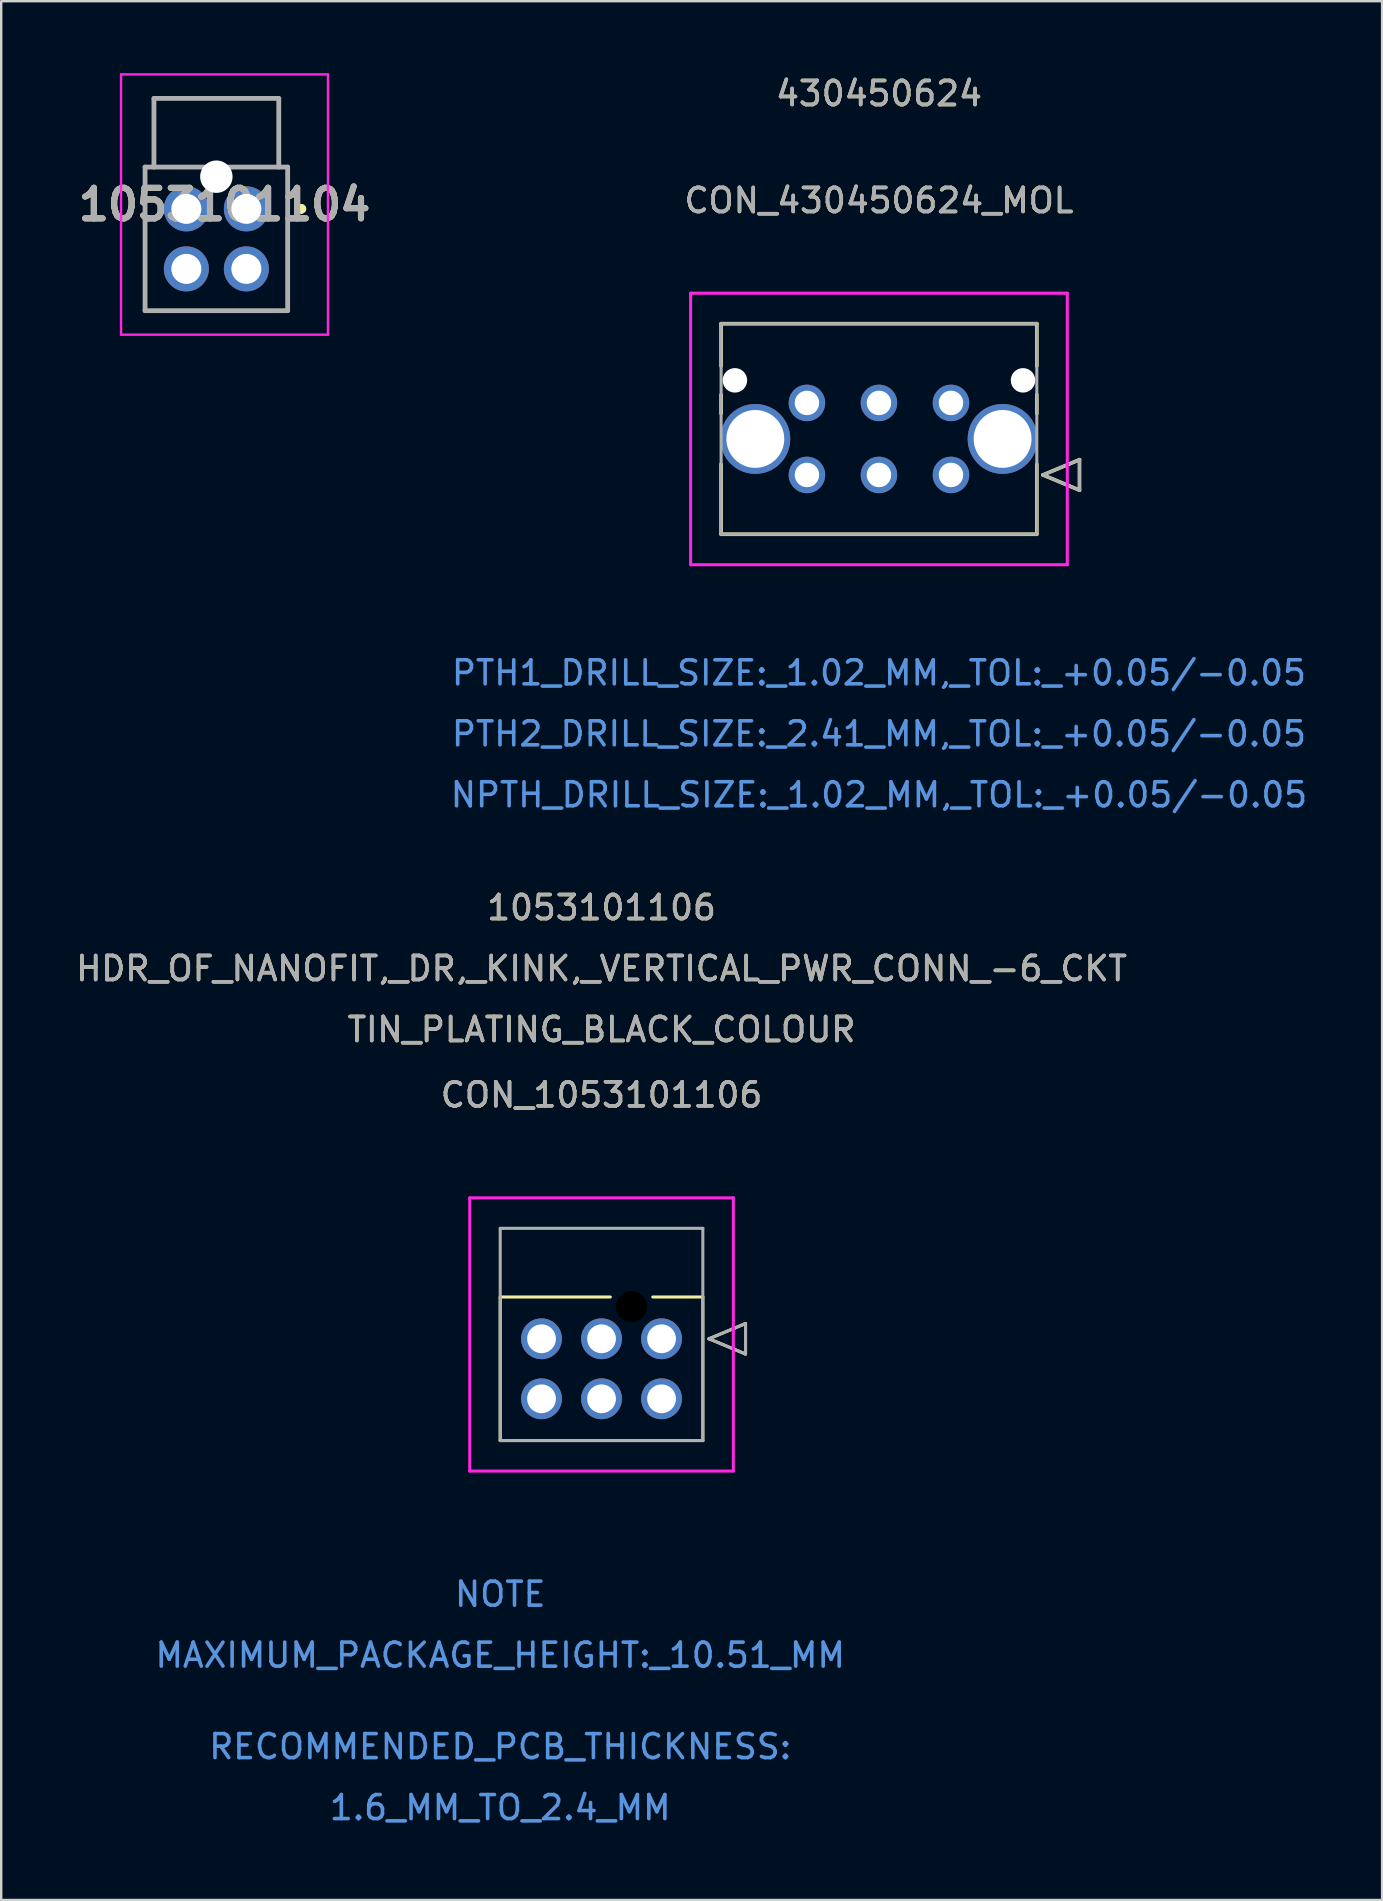
<source format=kicad_pcb>
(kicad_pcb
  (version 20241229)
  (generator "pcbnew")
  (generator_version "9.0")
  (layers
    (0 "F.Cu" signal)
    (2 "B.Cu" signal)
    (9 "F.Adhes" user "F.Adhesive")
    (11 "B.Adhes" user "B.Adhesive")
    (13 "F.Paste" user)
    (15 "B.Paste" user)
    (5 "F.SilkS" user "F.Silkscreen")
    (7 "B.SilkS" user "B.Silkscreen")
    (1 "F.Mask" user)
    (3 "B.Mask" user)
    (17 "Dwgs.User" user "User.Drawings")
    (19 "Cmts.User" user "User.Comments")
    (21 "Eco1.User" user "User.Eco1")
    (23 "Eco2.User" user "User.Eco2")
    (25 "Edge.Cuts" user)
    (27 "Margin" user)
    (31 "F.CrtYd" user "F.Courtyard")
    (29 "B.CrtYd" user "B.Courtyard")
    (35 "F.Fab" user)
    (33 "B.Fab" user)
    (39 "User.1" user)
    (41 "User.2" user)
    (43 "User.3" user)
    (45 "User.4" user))
  (footprint "CON_430450624_MOL"
    (layer "F.Cu")
    (at 36.562 16.733)
    (property "Reference" "CON_430450624_MOL" (at -3 -11.43 0) (unlocked yes) (layer "F.SilkS") (effects (font (size 1 1) (thickness 0.15))))
    (attr through_hole)
    (fp_line (start -9.575 -6.3) (end -9.575 -4.535) (stroke (width 0.152) (type solid)) (layer "F.SilkS"))
    (fp_line (start -9.575 -3.345) (end -9.575 -2.554) (stroke (width 0.152) (type solid)) (layer "F.SilkS"))
    (fp_line (start -9.575 -0.446) (end -9.575 2.47) (stroke (width 0.152) (type solid)) (layer "F.SilkS"))
    (fp_line (start -9.575 2.47) (end 3.575 2.47) (stroke (width 0.152) (type solid)) (layer "F.SilkS"))
    (fp_line (start 3.575 -6.3) (end -9.575 -6.3) (stroke (width 0.152) (type solid)) (layer "F.SilkS"))
    (fp_line (start 3.575 -4.535) (end 3.575 -6.3) (stroke (width 0.152) (type solid)) (layer "F.SilkS"))
    (fp_line (start 3.575 -2.554) (end 3.575 -3.345) (stroke (width 0.152) (type solid)) (layer "F.SilkS"))
    (fp_line (start 3.575 2.47) (end 3.575 -0.446) (stroke (width 0.152) (type solid)) (layer "F.SilkS"))
    (fp_line (start 3.829 0) (end 5.353 -0.635) (stroke (width 0.152) (type solid)) (layer "F.SilkS"))
    (fp_line (start 5.353 -0.635) (end 5.353 0.635) (stroke (width 0.152) (type solid)) (layer "F.SilkS"))
    (fp_line (start 5.353 0.635) (end 3.829 0) (stroke (width 0.152) (type solid)) (layer "F.SilkS"))
    (fp_line (start -10.845 -7.57) (end -10.845 3.74) (stroke (width 0.127) (type solid)) (layer "F.CrtYd"))
    (fp_line (start -10.845 3.74) (end 4.845 3.74) (stroke (width 0.127) (type solid)) (layer "F.CrtYd"))
    (fp_line (start 4.845 -7.57) (end -10.845 -7.57) (stroke (width 0.127) (type solid)) (layer "F.CrtYd"))
    (fp_line (start 4.845 3.74) (end 4.845 -7.57) (stroke (width 0.127) (type solid)) (layer "F.CrtYd"))
    (fp_line (start -9.575 -6.3) (end -9.575 2.47) (stroke (width 0.127) (type solid)) (layer "F.Fab"))
    (fp_line (start -9.575 2.47) (end 3.575 2.47) (stroke (width 0.127) (type solid)) (layer "F.Fab"))
    (fp_line (start 3.575 -6.3) (end -9.575 -6.3) (stroke (width 0.127) (type solid)) (layer "F.Fab"))
    (fp_line (start 3.575 2.47) (end 3.575 -6.3) (stroke (width 0.127) (type solid)) (layer "F.Fab"))
    (fp_line (start 3.829 0) (end 5.353 -0.635) (stroke (width 0.127) (type solid)) (layer "F.Fab"))
    (fp_line (start 5.353 -0.635) (end 5.353 0.635) (stroke (width 0.127) (type solid)) (layer "F.Fab"))
    (fp_line (start 5.353 0.635) (end 3.829 0) (stroke (width 0.127) (type solid)) (layer "F.Fab"))
    (fp_text user "430450624" (at -3 -15.885 0) (unlocked yes) (layer "F.SilkS") (effects (font (size 1 1) (thickness 0.15))))
    (fp_text user "PTH2_DRILL_SIZE:_2.41_MM,_TOL:_+0.05/-0.05" (at -3 10.785 0) (unlocked yes) (layer "Cmts.User") (effects (font (size 1 1) (thickness 0.15))))
    (fp_text user "NPTH_DRILL_SIZE:_1.02_MM,_TOL:_+0.05/-0.05" (at -3 13.325 0) (unlocked yes) (layer "Cmts.User") (effects (font (size 1 1) (thickness 0.15))))
    (fp_text user "PTH1_DRILL_SIZE:_1.02_MM,_TOL:_+0.05/-0.05" (at -3 8.245 0) (unlocked yes) (layer "Cmts.User") (effects (font (size 1 1) (thickness 0.15))))
    (fp_text user "430450624" (at -3 -15.885 0) (unlocked yes) (layer "F.Fab") (effects (font (size 1 1) (thickness 0.15))))
    (fp_text user "${REFERENCE}" (at -3 -11.43 0) (unlocked yes) (layer "F.Fab") (effects (font (size 1 1) (thickness 0.15))))
    (pad "" np_thru_hole circle (at -9 -3.94) (size 1.02 1.02) (drill 1.02) (layers "*.Cu" "*.Mask"))
    (pad "" np_thru_hole circle (at 3 -3.94) (size 1.02 1.02) (drill 1.02) (layers "*.Cu" "*.Mask"))
    (pad "1" thru_hole circle (at 0 0) (size 1.52 1.52) (drill 1.02) (layers "*.Cu" "*.Mask"))
    (pad "2" thru_hole circle (at -3 0) (size 1.52 1.52) (drill 1.02) (layers "*.Cu" "*.Mask"))
    (pad "3" thru_hole circle (at -6 0) (size 1.52 1.52) (drill 1.02) (layers "*.Cu" "*.Mask"))
    (pad "4" thru_hole circle (at 0 -3) (size 1.52 1.52) (drill 1.02) (layers "*.Cu" "*.Mask"))
    (pad "5" thru_hole circle (at -3 -3) (size 1.52 1.52) (drill 1.02) (layers "*.Cu" "*.Mask"))
    (pad "6" thru_hole circle (at -6 -3) (size 1.52 1.52) (drill 1.02) (layers "*.Cu" "*.Mask"))
    (pad "P1" thru_hole circle (at 2.15 -1.5) (size 2.91 2.91) (drill 2.41) (layers "*.Cu" "*.Mask"))
    (pad "P2" thru_hole circle (at -8.15 -1.5) (size 2.91 2.91) (drill 2.41) (layers "*.Cu" "*.Mask")))
  (footprint "1053101104"
    (layer "F.Cu")
    (at 7.212 5.65)
    (property "Reference" "1053101104" (at -0.91 -0.18 0) (layer "F.SilkS") (effects (font (size 1.27 1.27) (thickness 0.254))))
    (attr through_hole)
    (fp_line (start -4.22 -1.74) (end -4.22 4.24) (stroke (width 0.1) (type solid)) (layer "F.SilkS"))
    (fp_line (start -4.22 4.24) (end 1.72 4.24) (stroke (width 0.1) (type solid)) (layer "F.SilkS"))
    (fp_line (start -2.25 -1.74) (end -4.22 -1.74) (stroke (width 0.1) (type solid)) (layer "F.SilkS"))
    (fp_line (start 1.72 -1.74) (end -0.25 -1.74) (stroke (width 0.1) (type solid)) (layer "F.SilkS"))
    (fp_line (start 1.72 4.24) (end 1.72 -1.74) (stroke (width 0.1) (type solid)) (layer "F.SilkS"))
    (fp_line (start 2.3 -0.1) (end 2.3 -0.1) (stroke (width 0.2) (type solid)) (layer "F.SilkS"))
    (fp_line (start 2.3 0.1) (end 2.3 0.1) (stroke (width 0.2) (type solid)) (layer "F.SilkS"))
    (fp_arc (start 2.3 -0.1) (mid 2.4 0) (end 2.3 0.1) (stroke (width 0.2) (type solid)) (layer "F.SilkS"))
    (fp_arc (start 2.3 0.1) (mid 2.2 0) (end 2.3 -0.1) (stroke (width 0.2) (type solid)) (layer "F.SilkS"))
    (fp_line (start -5.22 -5.6) (end 3.4 -5.6) (stroke (width 0.1) (type solid)) (layer "F.CrtYd"))
    (fp_line (start -5.22 5.24) (end -5.22 -5.6) (stroke (width 0.1) (type solid)) (layer "F.CrtYd"))
    (fp_line (start 3.4 -5.6) (end 3.4 5.24) (stroke (width 0.1) (type solid)) (layer "F.CrtYd"))
    (fp_line (start 3.4 5.24) (end -5.22 5.24) (stroke (width 0.1) (type solid)) (layer "F.CrtYd"))
    (fp_line (start -4.22 -1.74) (end 1.72 -1.74) (stroke (width 0.2) (type solid)) (layer "F.Fab"))
    (fp_line (start -4.22 4.24) (end -4.22 -1.74) (stroke (width 0.2) (type solid)) (layer "F.Fab"))
    (fp_line (start -3.85 -4.6) (end 1.35 -4.6) (stroke (width 0.2) (type solid)) (layer "F.Fab"))
    (fp_line (start -3.85 -1.74) (end -3.85 -4.6) (stroke (width 0.2) (type solid)) (layer "F.Fab"))
    (fp_line (start 1.35 -4.6) (end 1.35 -1.74) (stroke (width 0.2) (type solid)) (layer "F.Fab"))
    (fp_line (start 1.72 -1.74) (end 1.72 4.24) (stroke (width 0.2) (type solid)) (layer "F.Fab"))
    (fp_line (start 1.72 4.24) (end -4.22 4.24) (stroke (width 0.2) (type solid)) (layer "F.Fab"))
    (fp_text user "${REFERENCE}" (at -0.91 -0.18 0) (layer "F.Fab") (effects (font (size 1.27 1.27) (thickness 0.254))))
    (pad "" np_thru_hole circle (at -1.25 -1.34) (size 1.35 1.35) (drill 1.35) (layers "*.Cu" "*.Mask"))
    (pad "1" thru_hole circle (at 0 0) (size 1.875 1.875) (drill 1.25) (layers "*.Cu" "*.Mask"))
    (pad "2" thru_hole circle (at 0 2.5) (size 1.875 1.875) (drill 1.25) (layers "*.Cu" "*.Mask"))
    (pad "3" thru_hole circle (at -2.5 0) (size 1.875 1.875) (drill 1.25) (layers "*.Cu" "*.Mask"))
    (pad "4" thru_hole circle (at -2.5 2.5) (size 1.875 1.875) (drill 1.25) (layers "*.Cu" "*.Mask")))
  (footprint "CON_1053101106"
    (layer "F.Cu")
    (at 24.506 52.715)
    (property "Reference" "CON_1053101106" (at -2.5 -10.16 0) (unlocked yes) (layer "F.SilkS") (effects (font (size 1 1) (thickness 0.15))))
    (attr through_hole)
    (fp_line (start -6.72 -1.74) (end -6.72 4.24) (stroke (width 0.127) (type solid)) (layer "F.SilkS"))
    (fp_line (start -6.72 4.24) (end 1.72 4.24) (stroke (width 0.127) (type solid)) (layer "F.SilkS"))
    (fp_line (start -2.134 -1.74) (end -6.72 -1.74) (stroke (width 0.127) (type solid)) (layer "F.SilkS"))
    (fp_line (start 1.72 -1.74) (end -0.366 -1.74) (stroke (width 0.127) (type solid)) (layer "F.SilkS"))
    (fp_line (start 1.72 4.24) (end 1.72 -1.74) (stroke (width 0.127) (type solid)) (layer "F.SilkS"))
    (fp_line (start 1.974 0) (end 3.498 -0.635) (stroke (width 0.127) (type solid)) (layer "F.SilkS"))
    (fp_line (start 3.498 -0.635) (end 3.498 0.635) (stroke (width 0.127) (type solid)) (layer "F.SilkS"))
    (fp_line (start 3.498 0.635) (end 1.974 0) (stroke (width 0.127) (type solid)) (layer "F.SilkS"))
    (fp_line (start -7.99 -5.87) (end -7.99 5.51) (stroke (width 0.127) (type solid)) (layer "F.CrtYd"))
    (fp_line (start -7.99 5.51) (end 2.99 5.51) (stroke (width 0.127) (type solid)) (layer "F.CrtYd"))
    (fp_line (start 2.99 -5.87) (end -7.99 -5.87) (stroke (width 0.127) (type solid)) (layer "F.CrtYd"))
    (fp_line (start 2.99 5.51) (end 2.99 -5.87) (stroke (width 0.127) (type solid)) (layer "F.CrtYd"))
    (fp_line (start -6.72 -4.6) (end -6.72 4.24) (stroke (width 0.127) (type solid)) (layer "F.Fab"))
    (fp_line (start -6.72 4.24) (end 1.72 4.24) (stroke (width 0.127) (type solid)) (layer "F.Fab"))
    (fp_line (start 1.72 -4.6) (end -6.72 -4.6) (stroke (width 0.127) (type solid)) (layer "F.Fab"))
    (fp_line (start 1.72 4.24) (end 1.72 -4.6) (stroke (width 0.127) (type solid)) (layer "F.Fab"))
    (fp_line (start 1.974 0) (end 3.498 -0.635) (stroke (width 0.127) (type solid)) (layer "F.Fab"))
    (fp_line (start 3.498 -0.635) (end 3.498 0.635) (stroke (width 0.127) (type solid)) (layer "F.Fab"))
    (fp_line (start 3.498 0.635) (end 1.974 0) (stroke (width 0.127) (type solid)) (layer "F.Fab"))
    (fp_text user "1053101106" (at -2.5 -17.96 0) (unlocked yes) (layer "F.SilkS") (effects (font (size 1 1) (thickness 0.15))))
    (fp_text user "TIN_PLATING_BLACK_COLOUR" (at -2.5 -12.88 0) (unlocked yes) (layer "F.SilkS") (effects (font (size 1 1) (thickness 0.15))))
    (fp_text user "HDR_OF_NANOFIT,_DR,_KINK,_VERTICAL_PWR_CONN_-6_CKT" (at -2.5 -15.42 0) (unlocked yes) (layer "F.SilkS") (effects (font (size 1 1) (thickness 0.15))))
    (fp_text user "RECOMMENDED_PCB_THICKNESS:" (at -6.72 16.99 0) (unlocked yes) (layer "Cmts.User") (effects (font (size 1 1) (thickness 0.15))))
    (fp_text user "1.6_MM_TO_2.4_MM" (at -6.72 19.53 0) (unlocked yes) (layer "Cmts.User") (effects (font (size 1 1) (thickness 0.15))))
    (fp_text user "NOTE" (at -6.72 10.64 0) (unlocked yes) (layer "Cmts.User") (effects (font (size 1 1) (thickness 0.15))))
    (fp_text user "MAXIMUM_PACKAGE_HEIGHT:_10.51_MM" (at -6.72 13.18 0) (unlocked yes) (layer "Cmts.User") (effects (font (size 1 1) (thickness 0.15))))
    (fp_text user "TIN_PLATING_BLACK_COLOUR" (at -2.5 -12.88 0) (unlocked yes) (layer "F.Fab") (effects (font (size 1 1) (thickness 0.15))))
    (fp_text user "HDR_OF_NANOFIT,_DR,_KINK,_VERTICAL_PWR_CONN_-6_CKT" (at -2.5 -15.42 0) (unlocked yes) (layer "F.Fab") (effects (font (size 1 1) (thickness 0.15))))
    (fp_text user "${REFERENCE}" (at -2.5 -10.16 0) (unlocked yes) (layer "F.Fab") (effects (font (size 1 1) (thickness 0.15))))
    (fp_text user "1053101106" (at -2.5 -17.96 0) (unlocked yes) (layer "F.Fab") (effects (font (size 1 1) (thickness 0.15))))
    (pad "" np_thru_hole circle (at -1.25 -1.34) (size 1.3 1.3) (drill 1.3) (layers))
    (pad "1" thru_hole circle (at 0 0) (size 1.7 1.7) (drill 1.2) (layers "*.Cu" "*.Mask"))
    (pad "2" thru_hole circle (at -2.5 0) (size 1.7 1.7) (drill 1.2) (layers "*.Cu" "*.Mask"))
    (pad "3" thru_hole circle (at -5 0) (size 1.7 1.7) (drill 1.2) (layers "*.Cu" "*.Mask"))
    (pad "4" thru_hole circle (at 0 2.5) (size 1.7 1.7) (drill 1.2) (layers "*.Cu" "*.Mask"))
    (pad "5" thru_hole circle (at -2.5 2.5) (size 1.7 1.7) (drill 1.2) (layers "*.Cu" "*.Mask"))
    (pad "6" thru_hole circle (at -5 2.5) (size 1.7 1.7) (drill 1.2) (layers "*.Cu" "*.Mask")))
  (gr_rect
    (start -3 -3)
    (end 54.52 76.093)
    (stroke (width 0.1) (type default))
    (fill no)
    (layer "Edge.Cuts")))
</source>
